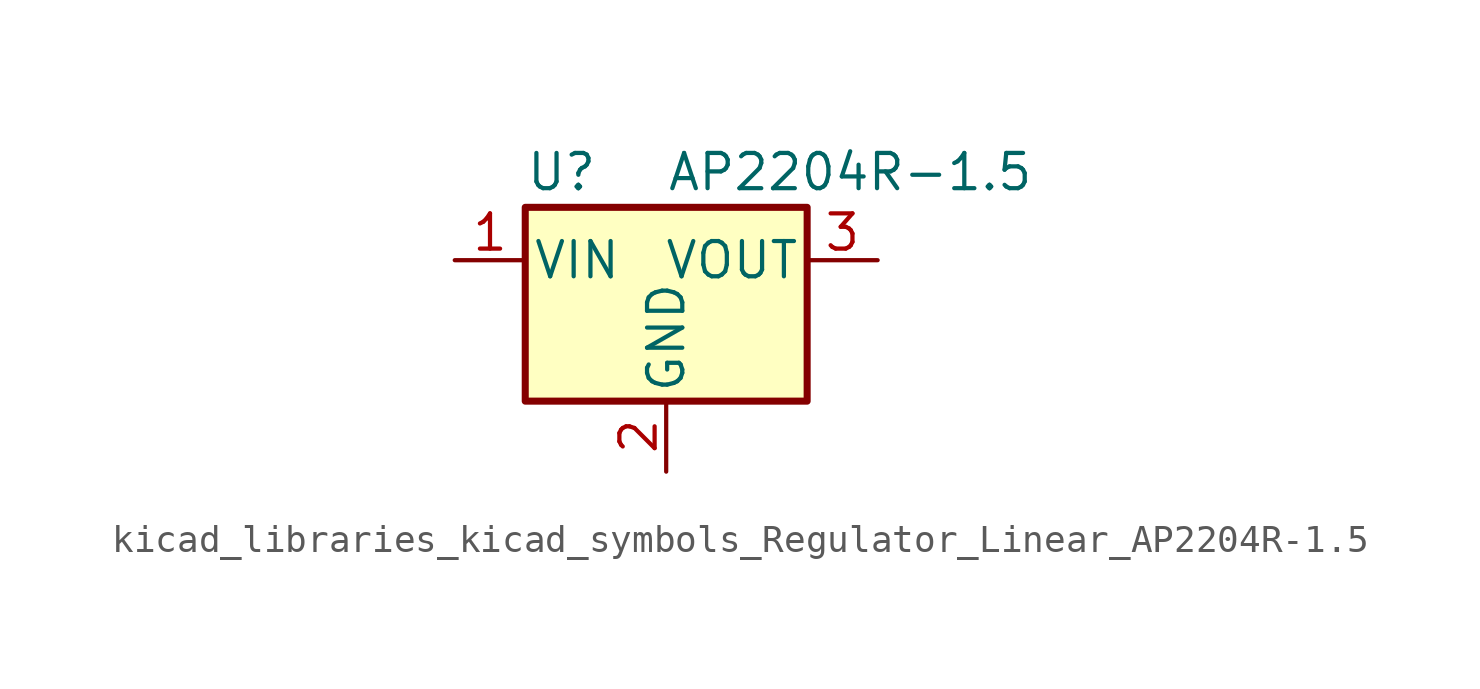
<source format=kicad_sym>
(kicad_symbol_lib
  (version 20220914)
  (generator kicad_symbol_editor)
  (symbol "kicad_libraries_kicad_symbols_Regulator_Linear_AP2204R-1.5"
    (pin_names
      (offset 0.254))
    (property "Reference" "U"
      (at -5.08 3.175 0)
      (effects (font (size 1.27 1.27)) (justify left)))
    (property "Value" "AP2204R-1.5"
      (at 0 3.175 0)
      (effects (font (size 1.27 1.27)) (justify left)))
    (symbol "kicad_libraries_kicad_symbols_Regulator_Linear_AP2204R-1.5_0_1"
      (rectangle (start -5.08 1.905) (end 5.08 -5.08) (stroke (width 0.254) (type default)) (fill (type background))))
    (symbol "kicad_libraries_kicad_symbols_Regulator_Linear_AP2204R-1.5_1_1"
      (pin power_in line (at -7.62 0 0) (length 2.54) (name "VIN" (effects (font (size 1.27 1.27)))) (number "1" (effects (font (size 1.27 1.27)))))
      (pin power_in line (at 0 -7.62 90) (length 2.54) (name "GND" (effects (font (size 1.27 1.27)))) (number "2" (effects (font (size 1.27 1.27)))))
      (pin power_out line (at 7.62 0 180) (length 2.54) (name "VOUT" (effects (font (size 1.27 1.27)))) (number "3" (effects (font (size 1.27 1.27))))))))
</source>
